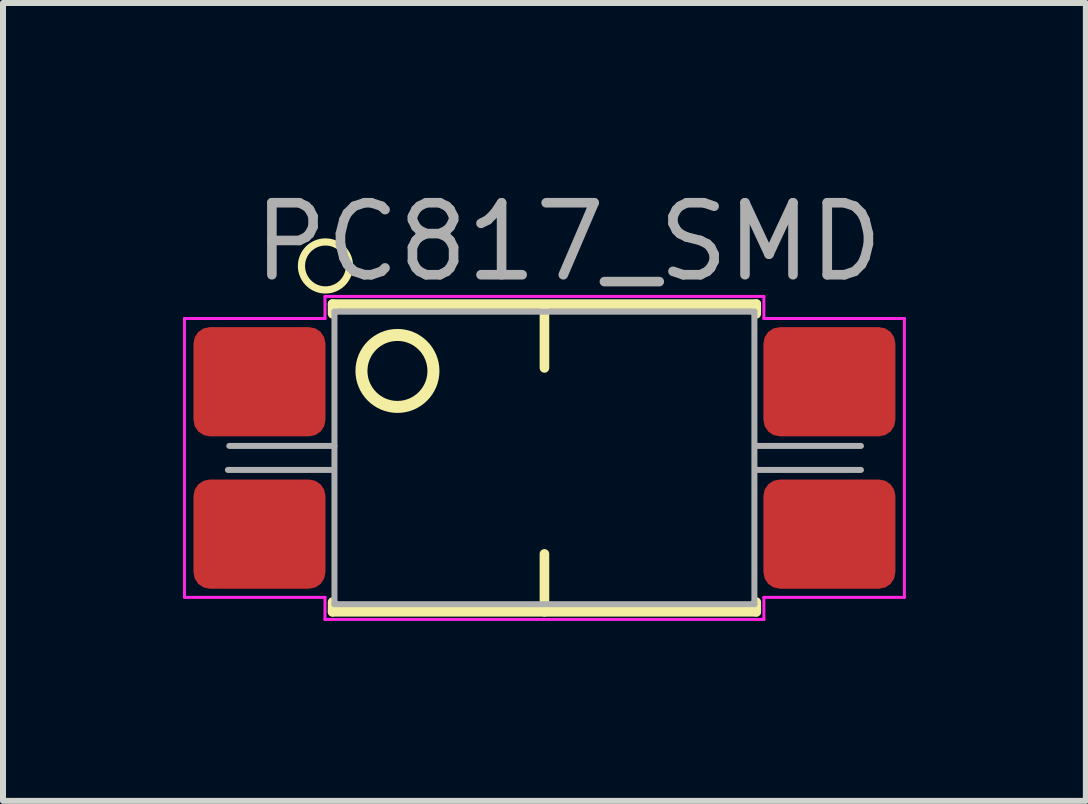
<source format=kicad_pcb>
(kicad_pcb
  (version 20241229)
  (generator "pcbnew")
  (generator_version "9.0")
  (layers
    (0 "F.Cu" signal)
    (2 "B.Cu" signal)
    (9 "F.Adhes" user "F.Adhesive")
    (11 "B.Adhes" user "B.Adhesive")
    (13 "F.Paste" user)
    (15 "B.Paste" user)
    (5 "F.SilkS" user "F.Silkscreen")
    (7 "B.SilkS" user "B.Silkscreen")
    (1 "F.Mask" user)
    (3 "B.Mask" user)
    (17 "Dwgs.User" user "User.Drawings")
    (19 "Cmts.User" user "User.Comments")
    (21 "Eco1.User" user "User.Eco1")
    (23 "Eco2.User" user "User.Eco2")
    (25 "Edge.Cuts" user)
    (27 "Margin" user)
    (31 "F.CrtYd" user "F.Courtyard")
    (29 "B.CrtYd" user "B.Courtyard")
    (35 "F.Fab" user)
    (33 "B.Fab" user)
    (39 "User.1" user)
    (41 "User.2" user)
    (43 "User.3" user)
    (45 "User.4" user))
  (footprint "PC817_SMD"
    (layer "F.Cu")
    (at 6.025 4.583)
    (property "Reference" "PC817_SMD" (at 0.4 -3.6 180) (layer "F.Fab") (effects (font (size 1.2 1.2) (thickness 0.16))))
    (attr smd)
    (fp_line (start -3.531 -2.565) (end -3.531 -2.402) (stroke (width 0.16) (type solid)) (layer "F.SilkS"))
    (fp_line (start -3.531 2.402) (end -3.531 2.565) (stroke (width 0.16) (type solid)) (layer "F.SilkS"))
    (fp_line (start -3.531 2.565) (end 3.531 2.565) (stroke (width 0.16) (type solid)) (layer "F.SilkS"))
    (fp_line (start 0 -2.55) (end 0 -1.5) (stroke (width 0.16) (type solid)) (layer "F.SilkS"))
    (fp_line (start 0 1.6) (end 0 2.565) (stroke (width 0.16) (type solid)) (layer "F.SilkS"))
    (fp_line (start 3.531 -2.565) (end -3.531 -2.565) (stroke (width 0.16) (type solid)) (layer "F.SilkS"))
    (fp_line (start 3.531 -2.402) (end 3.531 -2.565) (stroke (width 0.16) (type solid)) (layer "F.SilkS"))
    (fp_line (start 3.531 2.565) (end 3.531 2.402) (stroke (width 0.16) (type solid)) (layer "F.SilkS"))
    (fp_circle (center -3.65 -3.2) (end -3.25 -3.2) (stroke (width 0.12) (type solid)) (fill no) (layer "F.SilkS"))
    (fp_circle (center -2.45 -1.45) (end -1.85 -1.45) (stroke (width 0.2) (type solid)) (fill no) (layer "F.SilkS"))
    (fp_line (start -6 -2.324) (end -3.658 -2.324) (stroke (width 0.05) (type solid)) (layer "F.CrtYd"))
    (fp_line (start -6 2.324) (end -6 -2.324) (stroke (width 0.05) (type solid)) (layer "F.CrtYd"))
    (fp_line (start -3.658 -2.692) (end 3.658 -2.692) (stroke (width 0.05) (type solid)) (layer "F.CrtYd"))
    (fp_line (start -3.658 -2.324) (end -3.658 -2.692) (stroke (width 0.05) (type solid)) (layer "F.CrtYd"))
    (fp_line (start -3.658 2.324) (end -6 2.324) (stroke (width 0.05) (type solid)) (layer "F.CrtYd"))
    (fp_line (start -3.658 2.692) (end -3.658 2.324) (stroke (width 0.05) (type solid)) (layer "F.CrtYd"))
    (fp_line (start 3.658 -2.692) (end 3.658 -2.324) (stroke (width 0.05) (type solid)) (layer "F.CrtYd"))
    (fp_line (start 3.658 -2.324) (end 6 -2.324) (stroke (width 0.05) (type solid)) (layer "F.CrtYd"))
    (fp_line (start 3.658 2.324) (end 3.658 2.692) (stroke (width 0.05) (type solid)) (layer "F.CrtYd"))
    (fp_line (start 3.658 2.692) (end -3.658 2.692) (stroke (width 0.05) (type solid)) (layer "F.CrtYd"))
    (fp_line (start 6 -2.324) (end 6 2.324) (stroke (width 0.05) (type solid)) (layer "F.CrtYd"))
    (fp_line (start 6 2.324) (end 3.658 2.324) (stroke (width 0.05) (type solid)) (layer "F.CrtYd"))
    (fp_line (start -5.253 -0.2) (end -3.5 -0.2) (stroke (width 0.1) (type solid)) (layer "F.Fab"))
    (fp_line (start -3.524 0.2) (end -5.276 0.2) (stroke (width 0.1) (type solid)) (layer "F.Fab"))
    (fp_line (start -3.5 -2.438) (end -3.5 2.438) (stroke (width 0.1) (type solid)) (layer "F.Fab"))
    (fp_line (start -3.5 2.438) (end 3.5 2.438) (stroke (width 0.1) (type solid)) (layer "F.Fab"))
    (fp_line (start 3.5 -2.438) (end -3.5 -2.438) (stroke (width 0.1) (type solid)) (layer "F.Fab"))
    (fp_line (start 3.5 2.438) (end 3.5 -2.438) (stroke (width 0.1) (type solid)) (layer "F.Fab"))
    (fp_line (start 3.524 -0.2) (end 5.276 -0.2) (stroke (width 0.1) (type solid)) (layer "F.Fab"))
    (fp_line (start 5.276 0.2) (end 3.524 0.2) (stroke (width 0.1) (type solid)) (layer "F.Fab"))
    (pad "1" smd roundrect (at -4.75 -1.27) (size 2.2 1.82) (layers "F.Cu" "F.Mask" "F.Paste") (roundrect_rratio 0.15))
    (pad "2" smd roundrect (at -4.75 1.27) (size 2.2 1.82) (layers "F.Cu" "F.Mask" "F.Paste") (roundrect_rratio 0.15))
    (pad "3" smd roundrect (at 4.75 1.27) (size 2.2 1.82) (layers "F.Cu" "F.Mask" "F.Paste") (roundrect_rratio 0.15))
    (pad "4" smd roundrect (at 4.75 -1.27) (size 2.2 1.82) (layers "F.Cu" "F.Mask" "F.Paste") (roundrect_rratio 0.15)))
  (gr_rect
    (start -3 -3)
    (end 15.05 10.3)
    (stroke (width 0.1) (type default))
    (fill no)
    (layer "Edge.Cuts")))
</source>
